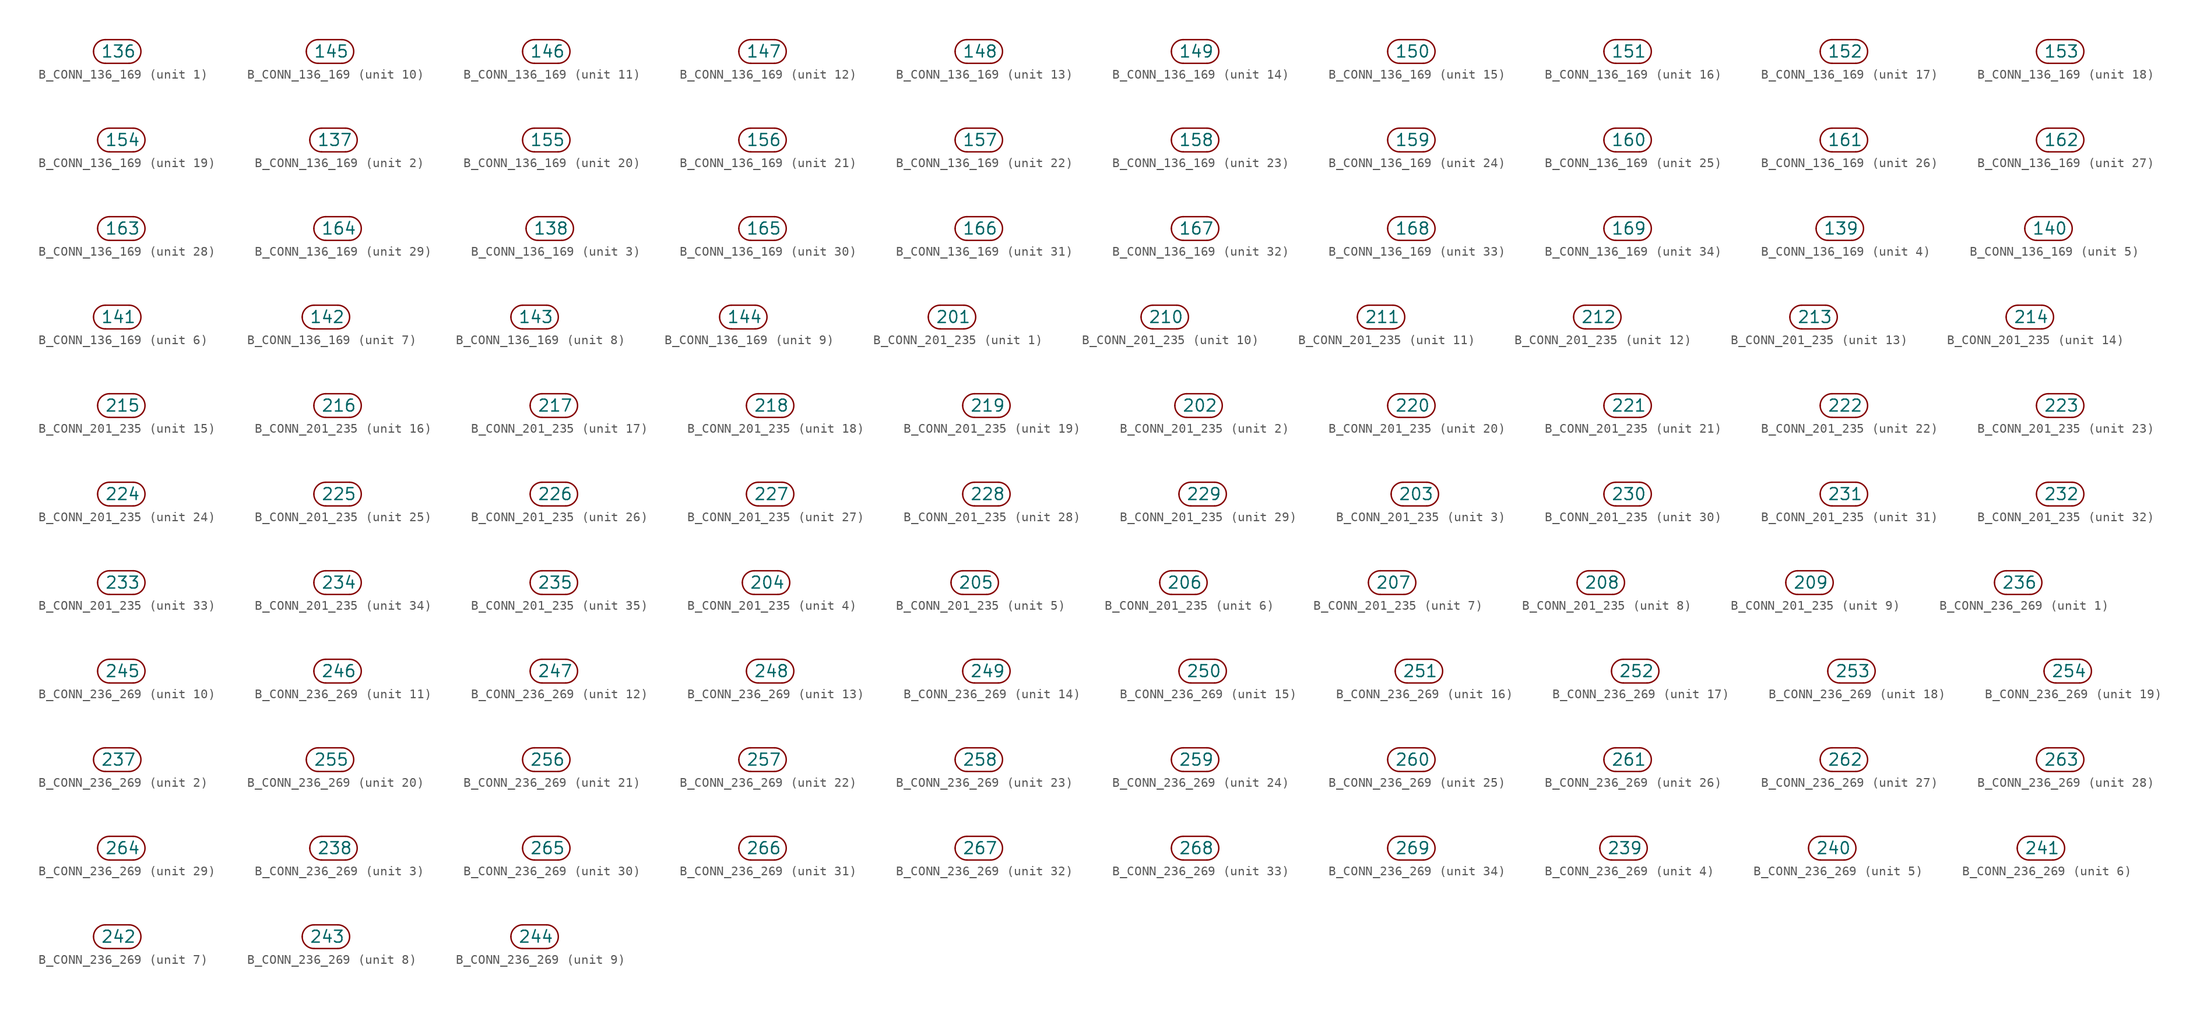
<source format=kicad_sym>
(kicad_symbol_lib
  (version 20211014)
  (generator kicad_symbol_editor)
  (symbol "B_CONN_136_169"
    (pin_numbers hide)
    (pin_names
      (offset 0.762))
    (property "Reference" "P"
      (at 0 2.54 0)
      (effects (font (size 1.27 1.27)) hide))
    (property "Footprint" ""
      (at 3.81 0 0)
      (effects (font (size 1.524 1.524))))
    (property "Datasheet" ""
      (at 3.81 0 0)
      (effects (font (size 1.524 1.524))))
    (property "ki_locked" ""
      (at 0 0 0)
      (effects (font (size 1.27 1.27))))
    (symbol "B_CONN_136_169_0_1"
      (arc (start -1.27 1.27) (mid -2.54 0) (end -1.27 -1.27) (stroke (width 0) (type default) (color 0 0 0 0)) (fill (type none)))
      (polyline (pts (xy -1.27 -1.27) (xy 1.27 -1.27)) (stroke (width 0) (type default) (color 0 0 0 0)) (fill (type none)))
      (polyline (pts (xy 1.27 1.27) (xy -1.27 1.27)) (stroke (width 0) (type default) (color 0 0 0 0)) (fill (type none)))
      (arc (start 1.27 -1.27) (mid 2.54 0) (end 1.27 1.27) (stroke (width 0) (type default) (color 0 0 0 0)) (fill (type none))))
    (symbol "B_CONN_136_169_1_1"
      (pin passive line (at -2.54 0 0) (length 0) (name "136" (effects (font (size 1.27 1.27)))) (number "1" (effects (font (size 1.27 1.27))))))
    (symbol "B_CONN_136_169_2_1"
      (pin passive line (at -2.54 0 0) (length 0) (name "137" (effects (font (size 1.27 1.27)))) (number "2" (effects (font (size 1.27 1.27))))))
    (symbol "B_CONN_136_169_3_1"
      (pin passive line (at -2.54 0 0) (length 0) (name "138" (effects (font (size 1.27 1.27)))) (number "3" (effects (font (size 1.27 1.27))))))
    (symbol "B_CONN_136_169_4_1"
      (pin passive line (at -2.54 0 0) (length 0) (name "139" (effects (font (size 1.27 1.27)))) (number "4" (effects (font (size 1.27 1.27))))))
    (symbol "B_CONN_136_169_5_1"
      (pin passive line (at -2.54 0 0) (length 0) (name "140" (effects (font (size 1.27 1.27)))) (number "5" (effects (font (size 1.27 1.27))))))
    (symbol "B_CONN_136_169_6_1"
      (pin passive line (at -2.54 0 0) (length 0) (name "141" (effects (font (size 1.27 1.27)))) (number "6" (effects (font (size 1.27 1.27))))))
    (symbol "B_CONN_136_169_7_1"
      (pin passive line (at -2.54 0 0) (length 0) (name "142" (effects (font (size 1.27 1.27)))) (number "7" (effects (font (size 1.27 1.27))))))
    (symbol "B_CONN_136_169_8_1"
      (pin passive line (at -2.54 0 0) (length 0) (name "143" (effects (font (size 1.27 1.27)))) (number "8" (effects (font (size 1.27 1.27))))))
    (symbol "B_CONN_136_169_9_1"
      (pin passive line (at -2.54 0 0) (length 0) (name "144" (effects (font (size 1.27 1.27)))) (number "9" (effects (font (size 1.27 1.27))))))
    (symbol "B_CONN_136_169_10_1"
      (pin passive line (at -2.54 0 0) (length 0) (name "145" (effects (font (size 1.27 1.27)))) (number "10" (effects (font (size 1.27 1.27))))))
    (symbol "B_CONN_136_169_11_1"
      (pin passive line (at -2.54 0 0) (length 0) (name "146" (effects (font (size 1.27 1.27)))) (number "11" (effects (font (size 1.27 1.27))))))
    (symbol "B_CONN_136_169_12_1"
      (pin passive line (at -2.54 0 0) (length 0) (name "147" (effects (font (size 1.27 1.27)))) (number "12" (effects (font (size 1.27 1.27))))))
    (symbol "B_CONN_136_169_13_1"
      (pin passive line (at -2.54 0 0) (length 0) (name "148" (effects (font (size 1.27 1.27)))) (number "13" (effects (font (size 1.27 1.27))))))
    (symbol "B_CONN_136_169_14_1"
      (pin passive line (at -2.54 0 0) (length 0) (name "149" (effects (font (size 1.27 1.27)))) (number "14" (effects (font (size 1.27 1.27))))))
    (symbol "B_CONN_136_169_15_1"
      (pin passive line (at -2.54 0 0) (length 0) (name "150" (effects (font (size 1.27 1.27)))) (number "15" (effects (font (size 1.27 1.27))))))
    (symbol "B_CONN_136_169_16_1"
      (pin passive line (at -2.54 0 0) (length 0) (name "151" (effects (font (size 1.27 1.27)))) (number "16" (effects (font (size 1.27 1.27))))))
    (symbol "B_CONN_136_169_17_1"
      (pin passive line (at -2.54 0 0) (length 0) (name "152" (effects (font (size 1.27 1.27)))) (number "17" (effects (font (size 1.27 1.27))))))
    (symbol "B_CONN_136_169_18_1"
      (pin passive line (at -2.54 0 0) (length 0) (name "153" (effects (font (size 1.27 1.27)))) (number "18" (effects (font (size 1.27 1.27))))))
    (symbol "B_CONN_136_169_19_1"
      (pin passive line (at -2.54 0 0) (length 0) (name "154" (effects (font (size 1.27 1.27)))) (number "19" (effects (font (size 1.27 1.27))))))
    (symbol "B_CONN_136_169_20_1"
      (pin passive line (at -2.54 0 0) (length 0) (name "155" (effects (font (size 1.27 1.27)))) (number "20" (effects (font (size 1.27 1.27))))))
    (symbol "B_CONN_136_169_21_1"
      (pin passive line (at -2.54 0 0) (length 0) (name "156" (effects (font (size 1.27 1.27)))) (number "21" (effects (font (size 1.27 1.27))))))
    (symbol "B_CONN_136_169_22_1"
      (pin passive line (at -2.54 0 0) (length 0) (name "157" (effects (font (size 1.27 1.27)))) (number "22" (effects (font (size 1.27 1.27))))))
    (symbol "B_CONN_136_169_23_1"
      (pin passive line (at -2.54 0 0) (length 0) (name "158" (effects (font (size 1.27 1.27)))) (number "23" (effects (font (size 1.27 1.27))))))
    (symbol "B_CONN_136_169_24_1"
      (pin passive line (at -2.54 0 0) (length 0) (name "159" (effects (font (size 1.27 1.27)))) (number "24" (effects (font (size 1.27 1.27))))))
    (symbol "B_CONN_136_169_25_1"
      (pin passive line (at -2.54 0 0) (length 0) (name "160" (effects (font (size 1.27 1.27)))) (number "25" (effects (font (size 1.27 1.27))))))
    (symbol "B_CONN_136_169_26_1"
      (pin passive line (at -2.54 0 0) (length 0) (name "161" (effects (font (size 1.27 1.27)))) (number "26" (effects (font (size 1.27 1.27))))))
    (symbol "B_CONN_136_169_27_1"
      (pin passive line (at -2.54 0 0) (length 0) (name "162" (effects (font (size 1.27 1.27)))) (number "27" (effects (font (size 1.27 1.27))))))
    (symbol "B_CONN_136_169_28_1"
      (pin passive line (at -2.54 0 0) (length 0) (name "163" (effects (font (size 1.27 1.27)))) (number "28" (effects (font (size 1.27 1.27))))))
    (symbol "B_CONN_136_169_29_1"
      (pin passive line (at -2.54 0 0) (length 0) (name "164" (effects (font (size 1.27 1.27)))) (number "29" (effects (font (size 1.27 1.27))))))
    (symbol "B_CONN_136_169_30_1"
      (pin passive line (at -2.54 0 0) (length 0) (name "165" (effects (font (size 1.27 1.27)))) (number "30" (effects (font (size 1.27 1.27))))))
    (symbol "B_CONN_136_169_31_1"
      (pin passive line (at -2.54 0 0) (length 0) (name "166" (effects (font (size 1.27 1.27)))) (number "31" (effects (font (size 1.27 1.27))))))
    (symbol "B_CONN_136_169_32_1"
      (pin passive line (at -2.54 0 0) (length 0) (name "167" (effects (font (size 1.27 1.27)))) (number "32" (effects (font (size 1.27 1.27))))))
    (symbol "B_CONN_136_169_33_1"
      (pin passive line (at -2.54 0 0) (length 0) (name "168" (effects (font (size 1.27 1.27)))) (number "33" (effects (font (size 1.27 1.27))))))
    (symbol "B_CONN_136_169_34_1"
      (pin passive line (at -2.54 0 0) (length 0) (name "169" (effects (font (size 1.27 1.27)))) (number "34" (effects (font (size 1.27 1.27)))))))
  (symbol "B_CONN_201_235"
    (pin_numbers hide)
    (pin_names
      (offset 0.762))
    (property "Reference" "P"
      (at 0 2.54 0)
      (effects (font (size 1.27 1.27)) hide))
    (property "Footprint" ""
      (at 3.81 0 0)
      (effects (font (size 1.524 1.524))))
    (property "Datasheet" ""
      (at 3.81 0 0)
      (effects (font (size 1.524 1.524))))
    (property "ki_locked" ""
      (at 0 0 0)
      (effects (font (size 1.27 1.27))))
    (symbol "B_CONN_201_235_0_1"
      (arc (start -1.27 1.27) (mid -2.54 0) (end -1.27 -1.27) (stroke (width 0) (type default) (color 0 0 0 0)) (fill (type none)))
      (polyline (pts (xy -1.27 -1.27) (xy 1.27 -1.27)) (stroke (width 0) (type default) (color 0 0 0 0)) (fill (type none)))
      (polyline (pts (xy 1.27 1.27) (xy -1.27 1.27)) (stroke (width 0) (type default) (color 0 0 0 0)) (fill (type none)))
      (arc (start 1.27 -1.27) (mid 2.54 0) (end 1.27 1.27) (stroke (width 0) (type default) (color 0 0 0 0)) (fill (type none))))
    (symbol "B_CONN_201_235_1_1"
      (pin passive line (at -2.54 0 0) (length 0) (name "201" (effects (font (size 1.27 1.27)))) (number "1" (effects (font (size 1.27 1.27))))))
    (symbol "B_CONN_201_235_2_1"
      (pin passive line (at -2.54 0 0) (length 0) (name "202" (effects (font (size 1.27 1.27)))) (number "2" (effects (font (size 1.27 1.27))))))
    (symbol "B_CONN_201_235_3_1"
      (pin passive line (at -2.54 0 0) (length 0) (name "203" (effects (font (size 1.27 1.27)))) (number "3" (effects (font (size 1.27 1.27))))))
    (symbol "B_CONN_201_235_4_1"
      (pin passive line (at -2.54 0 0) (length 0) (name "204" (effects (font (size 1.27 1.27)))) (number "4" (effects (font (size 1.27 1.27))))))
    (symbol "B_CONN_201_235_5_1"
      (pin passive line (at -2.54 0 0) (length 0) (name "205" (effects (font (size 1.27 1.27)))) (number "5" (effects (font (size 1.27 1.27))))))
    (symbol "B_CONN_201_235_6_1"
      (pin passive line (at -2.54 0 0) (length 0) (name "206" (effects (font (size 1.27 1.27)))) (number "6" (effects (font (size 1.27 1.27))))))
    (symbol "B_CONN_201_235_7_1"
      (pin passive line (at -2.54 0 0) (length 0) (name "207" (effects (font (size 1.27 1.27)))) (number "7" (effects (font (size 1.27 1.27))))))
    (symbol "B_CONN_201_235_8_1"
      (pin passive line (at -2.54 0 0) (length 0) (name "208" (effects (font (size 1.27 1.27)))) (number "8" (effects (font (size 1.27 1.27))))))
    (symbol "B_CONN_201_235_9_1"
      (pin passive line (at -2.54 0 0) (length 0) (name "209" (effects (font (size 1.27 1.27)))) (number "9" (effects (font (size 1.27 1.27))))))
    (symbol "B_CONN_201_235_10_1"
      (pin passive line (at -2.54 0 0) (length 0) (name "210" (effects (font (size 1.27 1.27)))) (number "10" (effects (font (size 1.27 1.27))))))
    (symbol "B_CONN_201_235_11_1"
      (pin passive line (at -2.54 0 0) (length 0) (name "211" (effects (font (size 1.27 1.27)))) (number "11" (effects (font (size 1.27 1.27))))))
    (symbol "B_CONN_201_235_12_1"
      (pin passive line (at -2.54 0 0) (length 0) (name "212" (effects (font (size 1.27 1.27)))) (number "12" (effects (font (size 1.27 1.27))))))
    (symbol "B_CONN_201_235_13_1"
      (pin passive line (at -2.54 0 0) (length 0) (name "213" (effects (font (size 1.27 1.27)))) (number "13" (effects (font (size 1.27 1.27))))))
    (symbol "B_CONN_201_235_14_1"
      (pin passive line (at -2.54 0 0) (length 0) (name "214" (effects (font (size 1.27 1.27)))) (number "14" (effects (font (size 1.27 1.27))))))
    (symbol "B_CONN_201_235_15_1"
      (pin passive line (at -2.54 0 0) (length 0) (name "215" (effects (font (size 1.27 1.27)))) (number "15" (effects (font (size 1.27 1.27))))))
    (symbol "B_CONN_201_235_16_1"
      (pin passive line (at -2.54 0 0) (length 0) (name "216" (effects (font (size 1.27 1.27)))) (number "16" (effects (font (size 1.27 1.27))))))
    (symbol "B_CONN_201_235_17_1"
      (pin passive line (at -2.54 0 0) (length 0) (name "217" (effects (font (size 1.27 1.27)))) (number "17" (effects (font (size 1.27 1.27))))))
    (symbol "B_CONN_201_235_18_1"
      (pin passive line (at -2.54 0 0) (length 0) (name "218" (effects (font (size 1.27 1.27)))) (number "18" (effects (font (size 1.27 1.27))))))
    (symbol "B_CONN_201_235_19_1"
      (pin passive line (at -2.54 0 0) (length 0) (name "219" (effects (font (size 1.27 1.27)))) (number "19" (effects (font (size 1.27 1.27))))))
    (symbol "B_CONN_201_235_20_1"
      (pin passive line (at -2.54 0 0) (length 0) (name "220" (effects (font (size 1.27 1.27)))) (number "20" (effects (font (size 1.27 1.27))))))
    (symbol "B_CONN_201_235_21_1"
      (pin passive line (at -2.54 0 0) (length 0) (name "221" (effects (font (size 1.27 1.27)))) (number "21" (effects (font (size 1.27 1.27))))))
    (symbol "B_CONN_201_235_22_1"
      (pin passive line (at -2.54 0 0) (length 0) (name "222" (effects (font (size 1.27 1.27)))) (number "22" (effects (font (size 1.27 1.27))))))
    (symbol "B_CONN_201_235_23_1"
      (pin passive line (at -2.54 0 0) (length 0) (name "223" (effects (font (size 1.27 1.27)))) (number "23" (effects (font (size 1.27 1.27))))))
    (symbol "B_CONN_201_235_24_1"
      (pin passive line (at -2.54 0 0) (length 0) (name "224" (effects (font (size 1.27 1.27)))) (number "24" (effects (font (size 1.27 1.27))))))
    (symbol "B_CONN_201_235_25_1"
      (pin passive line (at -2.54 0 0) (length 0) (name "225" (effects (font (size 1.27 1.27)))) (number "25" (effects (font (size 1.27 1.27))))))
    (symbol "B_CONN_201_235_26_1"
      (pin passive line (at -2.54 0 0) (length 0) (name "226" (effects (font (size 1.27 1.27)))) (number "26" (effects (font (size 1.27 1.27))))))
    (symbol "B_CONN_201_235_27_1"
      (pin passive line (at -2.54 0 0) (length 0) (name "227" (effects (font (size 1.27 1.27)))) (number "27" (effects (font (size 1.27 1.27))))))
    (symbol "B_CONN_201_235_28_1"
      (pin passive line (at -2.54 0 0) (length 0) (name "228" (effects (font (size 1.27 1.27)))) (number "28" (effects (font (size 1.27 1.27))))))
    (symbol "B_CONN_201_235_29_1"
      (pin passive line (at -2.54 0 0) (length 0) (name "229" (effects (font (size 1.27 1.27)))) (number "29" (effects (font (size 1.27 1.27))))))
    (symbol "B_CONN_201_235_30_1"
      (pin passive line (at -2.54 0 0) (length 0) (name "230" (effects (font (size 1.27 1.27)))) (number "30" (effects (font (size 1.27 1.27))))))
    (symbol "B_CONN_201_235_31_1"
      (pin passive line (at -2.54 0 0) (length 0) (name "231" (effects (font (size 1.27 1.27)))) (number "31" (effects (font (size 1.27 1.27))))))
    (symbol "B_CONN_201_235_32_1"
      (pin passive line (at -2.54 0 0) (length 0) (name "232" (effects (font (size 1.27 1.27)))) (number "32" (effects (font (size 1.27 1.27))))))
    (symbol "B_CONN_201_235_33_1"
      (pin passive line (at -2.54 0 0) (length 0) (name "233" (effects (font (size 1.27 1.27)))) (number "33" (effects (font (size 1.27 1.27))))))
    (symbol "B_CONN_201_235_34_1"
      (pin passive line (at -2.54 0 0) (length 0) (name "234" (effects (font (size 1.27 1.27)))) (number "34" (effects (font (size 1.27 1.27))))))
    (symbol "B_CONN_201_235_35_1"
      (pin passive line (at -2.54 0 0) (length 0) (name "235" (effects (font (size 1.27 1.27)))) (number "35" (effects (font (size 1.27 1.27)))))))
  (symbol "B_CONN_236_269"
    (pin_numbers hide)
    (pin_names
      (offset 0.762))
    (property "Reference" "P"
      (at 0 2.54 0)
      (effects (font (size 1.27 1.27)) hide))
    (property "Footprint" ""
      (at 3.81 0 0)
      (effects (font (size 1.524 1.524))))
    (property "Datasheet" ""
      (at 3.81 0 0)
      (effects (font (size 1.524 1.524))))
    (property "ki_locked" ""
      (at 0 0 0)
      (effects (font (size 1.27 1.27))))
    (symbol "B_CONN_236_269_0_1"
      (arc (start -1.27 1.27) (mid -2.54 0) (end -1.27 -1.27) (stroke (width 0) (type default) (color 0 0 0 0)) (fill (type none)))
      (polyline (pts (xy -1.27 -1.27) (xy 1.27 -1.27)) (stroke (width 0) (type default) (color 0 0 0 0)) (fill (type none)))
      (polyline (pts (xy 1.27 1.27) (xy -1.27 1.27)) (stroke (width 0) (type default) (color 0 0 0 0)) (fill (type none)))
      (arc (start 1.27 -1.27) (mid 2.54 0) (end 1.27 1.27) (stroke (width 0) (type default) (color 0 0 0 0)) (fill (type none))))
    (symbol "B_CONN_236_269_1_1"
      (pin passive line (at -2.54 0 0) (length 0) (name "236" (effects (font (size 1.27 1.27)))) (number "1" (effects (font (size 1.27 1.27))))))
    (symbol "B_CONN_236_269_2_1"
      (pin passive line (at -2.54 0 0) (length 0) (name "237" (effects (font (size 1.27 1.27)))) (number "2" (effects (font (size 1.27 1.27))))))
    (symbol "B_CONN_236_269_3_1"
      (pin passive line (at -2.54 0 0) (length 0) (name "238" (effects (font (size 1.27 1.27)))) (number "3" (effects (font (size 1.27 1.27))))))
    (symbol "B_CONN_236_269_4_1"
      (pin passive line (at -2.54 0 0) (length 0) (name "239" (effects (font (size 1.27 1.27)))) (number "4" (effects (font (size 1.27 1.27))))))
    (symbol "B_CONN_236_269_5_1"
      (pin passive line (at -2.54 0 0) (length 0) (name "240" (effects (font (size 1.27 1.27)))) (number "5" (effects (font (size 1.27 1.27))))))
    (symbol "B_CONN_236_269_6_1"
      (pin passive line (at -2.54 0 0) (length 0) (name "241" (effects (font (size 1.27 1.27)))) (number "6" (effects (font (size 1.27 1.27))))))
    (symbol "B_CONN_236_269_7_1"
      (pin passive line (at -2.54 0 0) (length 0) (name "242" (effects (font (size 1.27 1.27)))) (number "7" (effects (font (size 1.27 1.27))))))
    (symbol "B_CONN_236_269_8_1"
      (pin passive line (at -2.54 0 0) (length 0) (name "243" (effects (font (size 1.27 1.27)))) (number "8" (effects (font (size 1.27 1.27))))))
    (symbol "B_CONN_236_269_9_1"
      (pin passive line (at -2.54 0 0) (length 0) (name "244" (effects (font (size 1.27 1.27)))) (number "9" (effects (font (size 1.27 1.27))))))
    (symbol "B_CONN_236_269_10_1"
      (pin passive line (at -2.54 0 0) (length 0) (name "245" (effects (font (size 1.27 1.27)))) (number "10" (effects (font (size 1.27 1.27))))))
    (symbol "B_CONN_236_269_11_1"
      (pin passive line (at -2.54 0 0) (length 0) (name "246" (effects (font (size 1.27 1.27)))) (number "11" (effects (font (size 1.27 1.27))))))
    (symbol "B_CONN_236_269_12_1"
      (pin passive line (at -2.54 0 0) (length 0) (name "247" (effects (font (size 1.27 1.27)))) (number "12" (effects (font (size 1.27 1.27))))))
    (symbol "B_CONN_236_269_13_1"
      (pin passive line (at -2.54 0 0) (length 0) (name "248" (effects (font (size 1.27 1.27)))) (number "13" (effects (font (size 1.27 1.27))))))
    (symbol "B_CONN_236_269_14_1"
      (pin passive line (at -2.54 0 0) (length 0) (name "249" (effects (font (size 1.27 1.27)))) (number "14" (effects (font (size 1.27 1.27))))))
    (symbol "B_CONN_236_269_15_1"
      (pin passive line (at -2.54 0 0) (length 0) (name "250" (effects (font (size 1.27 1.27)))) (number "15" (effects (font (size 1.27 1.27))))))
    (symbol "B_CONN_236_269_16_1"
      (pin passive line (at -2.54 0 0) (length 0) (name "251" (effects (font (size 1.27 1.27)))) (number "16" (effects (font (size 1.27 1.27))))))
    (symbol "B_CONN_236_269_17_1"
      (pin passive line (at -2.54 0 0) (length 0) (name "252" (effects (font (size 1.27 1.27)))) (number "17" (effects (font (size 1.27 1.27))))))
    (symbol "B_CONN_236_269_18_1"
      (pin passive line (at -2.54 0 0) (length 0) (name "253" (effects (font (size 1.27 1.27)))) (number "18" (effects (font (size 1.27 1.27))))))
    (symbol "B_CONN_236_269_19_1"
      (pin passive line (at -2.54 0 0) (length 0) (name "254" (effects (font (size 1.27 1.27)))) (number "19" (effects (font (size 1.27 1.27))))))
    (symbol "B_CONN_236_269_20_1"
      (pin passive line (at -2.54 0 0) (length 0) (name "255" (effects (font (size 1.27 1.27)))) (number "20" (effects (font (size 1.27 1.27))))))
    (symbol "B_CONN_236_269_21_1"
      (pin passive line (at -2.54 0 0) (length 0) (name "256" (effects (font (size 1.27 1.27)))) (number "21" (effects (font (size 1.27 1.27))))))
    (symbol "B_CONN_236_269_22_1"
      (pin passive line (at -2.54 0 0) (length 0) (name "257" (effects (font (size 1.27 1.27)))) (number "22" (effects (font (size 1.27 1.27))))))
    (symbol "B_CONN_236_269_23_1"
      (pin passive line (at -2.54 0 0) (length 0) (name "258" (effects (font (size 1.27 1.27)))) (number "23" (effects (font (size 1.27 1.27))))))
    (symbol "B_CONN_236_269_24_1"
      (pin passive line (at -2.54 0 0) (length 0) (name "259" (effects (font (size 1.27 1.27)))) (number "24" (effects (font (size 1.27 1.27))))))
    (symbol "B_CONN_236_269_25_1"
      (pin passive line (at -2.54 0 0) (length 0) (name "260" (effects (font (size 1.27 1.27)))) (number "25" (effects (font (size 1.27 1.27))))))
    (symbol "B_CONN_236_269_26_1"
      (pin passive line (at -2.54 0 0) (length 0) (name "261" (effects (font (size 1.27 1.27)))) (number "26" (effects (font (size 1.27 1.27))))))
    (symbol "B_CONN_236_269_27_1"
      (pin passive line (at -2.54 0 0) (length 0) (name "262" (effects (font (size 1.27 1.27)))) (number "27" (effects (font (size 1.27 1.27))))))
    (symbol "B_CONN_236_269_28_1"
      (pin passive line (at -2.54 0 0) (length 0) (name "263" (effects (font (size 1.27 1.27)))) (number "28" (effects (font (size 1.27 1.27))))))
    (symbol "B_CONN_236_269_29_1"
      (pin passive line (at -2.54 0 0) (length 0) (name "264" (effects (font (size 1.27 1.27)))) (number "29" (effects (font (size 1.27 1.27))))))
    (symbol "B_CONN_236_269_30_1"
      (pin passive line (at -2.54 0 0) (length 0) (name "265" (effects (font (size 1.27 1.27)))) (number "30" (effects (font (size 1.27 1.27))))))
    (symbol "B_CONN_236_269_31_1"
      (pin passive line (at -2.54 0 0) (length 0) (name "266" (effects (font (size 1.27 1.27)))) (number "31" (effects (font (size 1.27 1.27))))))
    (symbol "B_CONN_236_269_32_1"
      (pin passive line (at -2.54 0 0) (length 0) (name "267" (effects (font (size 1.27 1.27)))) (number "32" (effects (font (size 1.27 1.27))))))
    (symbol "B_CONN_236_269_33_1"
      (pin passive line (at -2.54 0 0) (length 0) (name "268" (effects (font (size 1.27 1.27)))) (number "33" (effects (font (size 1.27 1.27))))))
    (symbol "B_CONN_236_269_34_1"
      (pin passive line (at -2.54 0 0) (length 0) (name "269" (effects (font (size 1.27 1.27)))) (number "34" (effects (font (size 1.27 1.27))))))))
</source>
